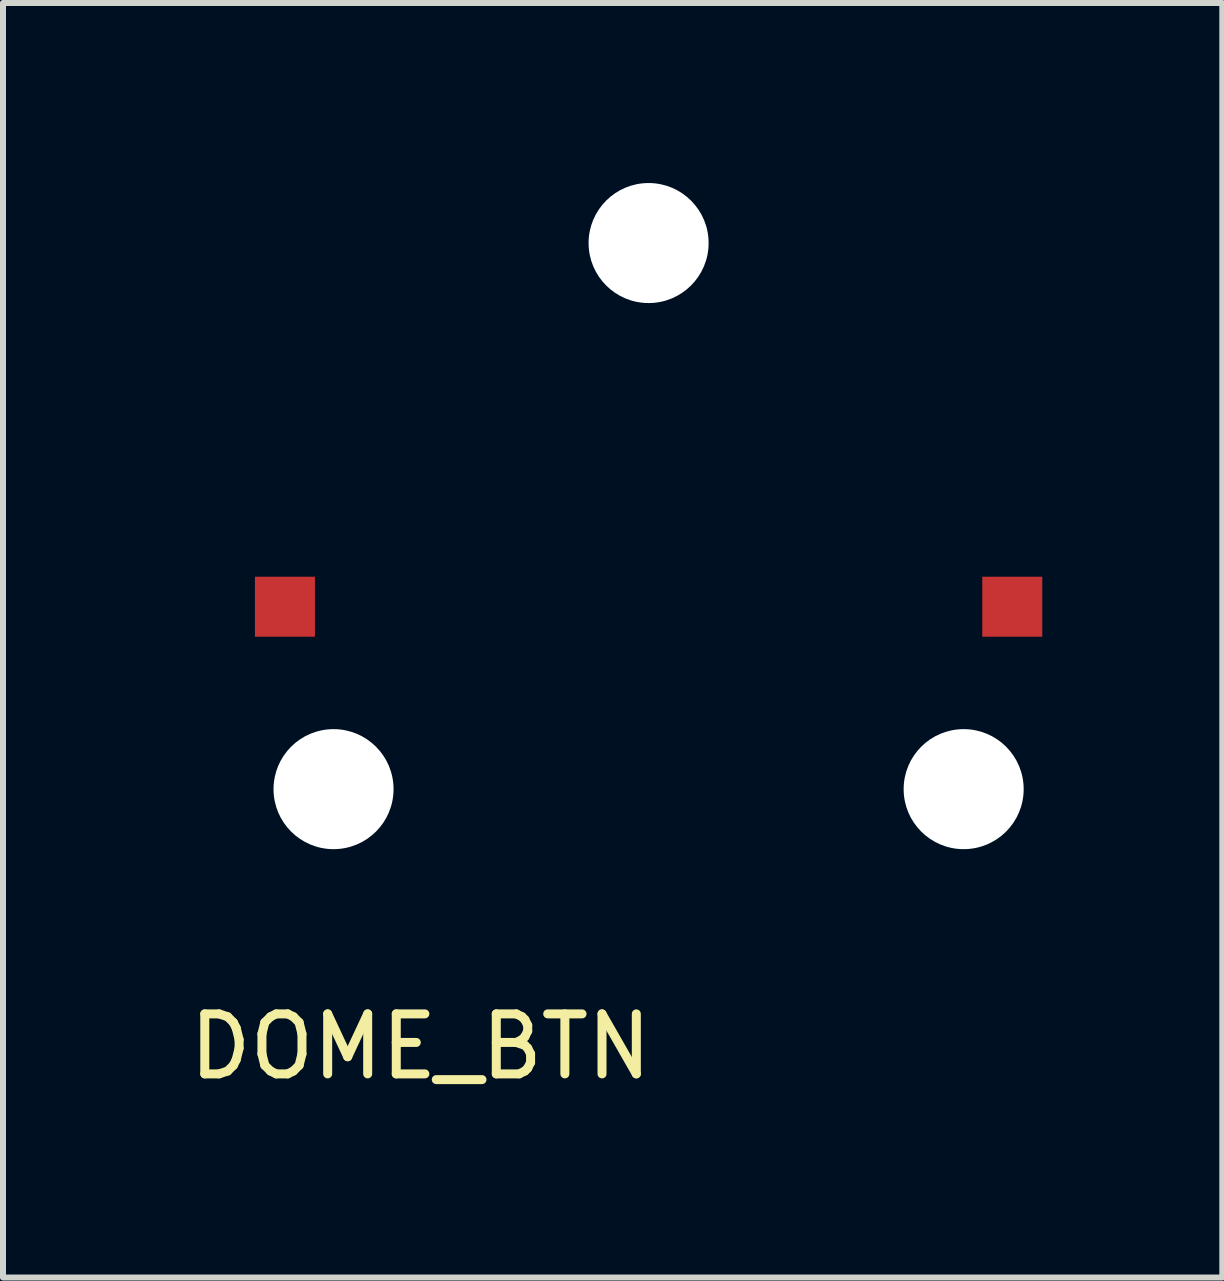
<source format=kicad_pcb>
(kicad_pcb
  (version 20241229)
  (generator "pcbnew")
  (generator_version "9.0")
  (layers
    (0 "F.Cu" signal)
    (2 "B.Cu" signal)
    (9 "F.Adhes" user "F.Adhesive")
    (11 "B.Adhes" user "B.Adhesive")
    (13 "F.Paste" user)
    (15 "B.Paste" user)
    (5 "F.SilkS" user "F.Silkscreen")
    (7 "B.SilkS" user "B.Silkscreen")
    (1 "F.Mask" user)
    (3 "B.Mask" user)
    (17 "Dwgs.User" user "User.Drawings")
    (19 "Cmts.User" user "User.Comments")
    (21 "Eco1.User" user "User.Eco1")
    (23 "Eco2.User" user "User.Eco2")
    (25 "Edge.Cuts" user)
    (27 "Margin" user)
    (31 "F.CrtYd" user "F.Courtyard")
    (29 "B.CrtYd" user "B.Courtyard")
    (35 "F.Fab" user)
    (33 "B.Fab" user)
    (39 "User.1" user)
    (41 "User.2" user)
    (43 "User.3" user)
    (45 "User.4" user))
  (footprint "DOME_BTN"
    (layer "F.Cu")
    (at 7.758 7.06)
    (property "Reference" "DOME_BTN" (at -3.8 7.33 0) (layer "F.SilkS") (effects (font (size 1 1) (thickness 0.15))))
    (attr through_hole)
    (fp_circle (center 0 0) (end 6.06 0) (stroke (width 0.15) (type solid)) (fill no) (layer "F.Mask"))
    (pad "" np_thru_hole circle (at -5.25 3.04) (size 2 2) (drill 2) (layers "*.Cu" "*.Mask"))
    (pad "" np_thru_hole circle (at 0 -6.06) (size 2 2) (drill 2) (layers "*.Cu" "*.Mask"))
    (pad "" np_thru_hole circle (at 5.25 3.04) (size 2 2) (drill 2) (layers "*.Cu" "*.Mask"))
    (pad "1" smd rect (at 6.06 0) (size 1 1) (layers "F.Cu" "F.Mask" "F.Paste"))
    (pad "2" smd rect (at -6.06 0) (size 1 1) (layers "F.Cu" "F.Mask" "F.Paste")))
  (gr_rect
    (start -3 -3)
    (end 17.318 18.238)
    (stroke (width 0.1) (type default))
    (fill no)
    (layer "Edge.Cuts")))
</source>
